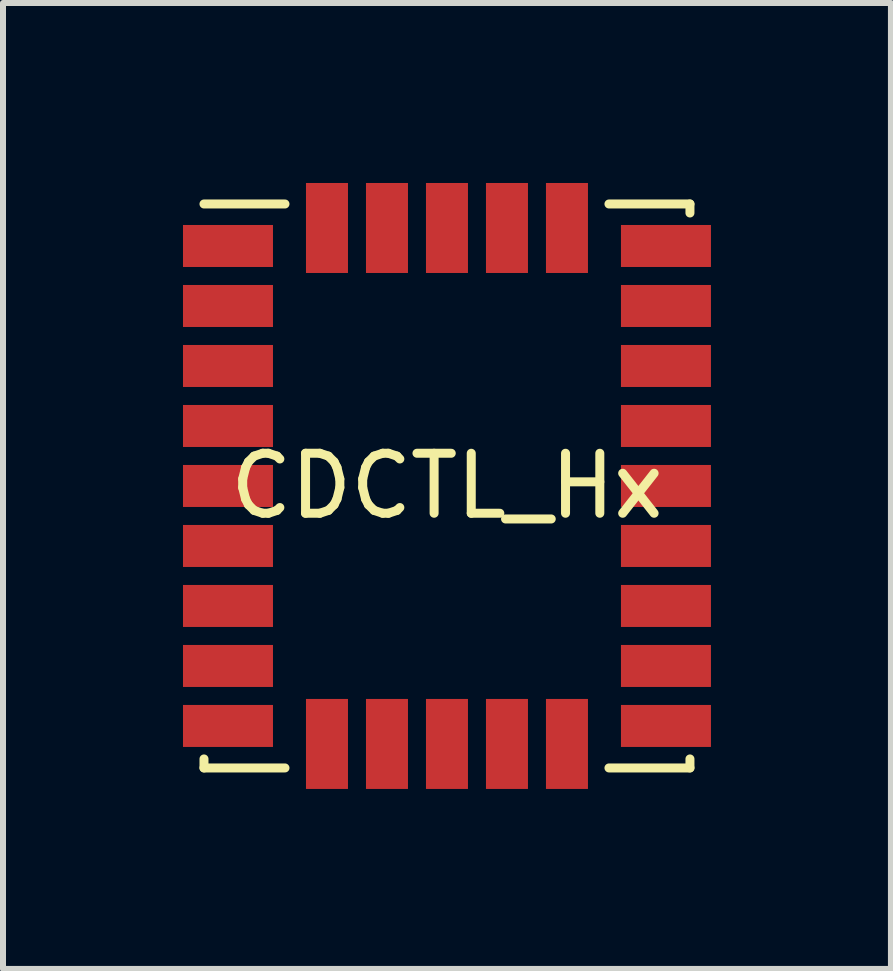
<source format=kicad_pcb>
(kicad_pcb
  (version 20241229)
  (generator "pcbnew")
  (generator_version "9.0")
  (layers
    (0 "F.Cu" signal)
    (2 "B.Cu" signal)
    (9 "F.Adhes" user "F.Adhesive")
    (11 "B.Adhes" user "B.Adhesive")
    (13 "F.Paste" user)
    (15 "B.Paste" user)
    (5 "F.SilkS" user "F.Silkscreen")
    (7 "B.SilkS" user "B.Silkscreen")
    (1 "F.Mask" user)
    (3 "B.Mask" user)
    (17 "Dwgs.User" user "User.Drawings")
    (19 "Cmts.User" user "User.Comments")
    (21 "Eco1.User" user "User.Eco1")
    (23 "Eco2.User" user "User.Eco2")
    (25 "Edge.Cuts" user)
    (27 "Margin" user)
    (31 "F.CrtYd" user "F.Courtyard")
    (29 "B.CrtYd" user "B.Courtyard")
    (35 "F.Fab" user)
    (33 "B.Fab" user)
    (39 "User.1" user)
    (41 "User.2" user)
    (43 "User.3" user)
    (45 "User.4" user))
  (footprint "CDCTL_Hx"
    (layer "F.Cu")
    (at 4.4 5.05)
    (property "Reference" "CDCTL_Hx" (at 0 0 0) (layer "F.SilkS") (effects (font (size 1 1) (thickness 0.15))))
    (attr through_hole)
    (fp_line (start -4.05 4.7) (end -4.05 4.55) (stroke (width 0.15) (type solid)) (layer "F.SilkS"))
    (fp_line (start -2.7 -4.7) (end -4.05 -4.7) (stroke (width 0.15) (type solid)) (layer "F.SilkS"))
    (fp_line (start -2.7 4.7) (end -4.05 4.7) (stroke (width 0.15) (type solid)) (layer "F.SilkS"))
    (fp_line (start 2.7 -4.7) (end 4.05 -4.7) (stroke (width 0.15) (type solid)) (layer "F.SilkS"))
    (fp_line (start 2.7 4.7) (end 4.05 4.7) (stroke (width 0.15) (type solid)) (layer "F.SilkS"))
    (fp_line (start 4.05 -4.7) (end 4.05 -4.55) (stroke (width 0.15) (type solid)) (layer "F.SilkS"))
    (fp_line (start 4.05 4.7) (end 4.05 4.55) (stroke (width 0.15) (type solid)) (layer "F.SilkS"))
    (pad "1" smd rect (at -3.65 -4) (size 1.5 0.7) (layers "F.Cu" "F.Mask" "F.Paste"))
    (pad "2" smd rect (at -3.65 -3) (size 1.5 0.7) (layers "F.Cu" "F.Mask" "F.Paste"))
    (pad "3" smd rect (at -3.65 -2) (size 1.5 0.7) (layers "F.Cu" "F.Mask" "F.Paste"))
    (pad "4" smd rect (at -3.65 -1) (size 1.5 0.7) (layers "F.Cu" "F.Mask" "F.Paste"))
    (pad "5" smd rect (at -3.65 0) (size 1.5 0.7) (layers "F.Cu" "F.Mask" "F.Paste"))
    (pad "6" smd rect (at -3.65 1) (size 1.5 0.7) (layers "F.Cu" "F.Mask" "F.Paste"))
    (pad "7" smd rect (at -3.65 2) (size 1.5 0.7) (layers "F.Cu" "F.Mask" "F.Paste"))
    (pad "8" smd rect (at -3.65 3) (size 1.5 0.7) (layers "F.Cu" "F.Mask" "F.Paste"))
    (pad "9" smd rect (at -3.65 4) (size 1.5 0.7) (layers "F.Cu" "F.Mask" "F.Paste"))
    (pad "10" smd rect (at -2 4.3 90) (size 1.5 0.7) (layers "F.Cu" "F.Mask" "F.Paste"))
    (pad "11" smd rect (at -1 4.3 90) (size 1.5 0.7) (layers "F.Cu" "F.Mask" "F.Paste"))
    (pad "12" smd rect (at 0 4.3 90) (size 1.5 0.7) (layers "F.Cu" "F.Mask" "F.Paste"))
    (pad "13" smd rect (at 1 4.3 90) (size 1.5 0.7) (layers "F.Cu" "F.Mask" "F.Paste"))
    (pad "14" smd rect (at 2 4.3 90) (size 1.5 0.7) (layers "F.Cu" "F.Mask" "F.Paste"))
    (pad "15" smd rect (at 3.65 4 180) (size 1.5 0.7) (layers "F.Cu" "F.Mask" "F.Paste"))
    (pad "16" smd rect (at 3.65 3 180) (size 1.5 0.7) (layers "F.Cu" "F.Mask" "F.Paste"))
    (pad "17" smd rect (at 3.65 2 180) (size 1.5 0.7) (layers "F.Cu" "F.Mask" "F.Paste"))
    (pad "18" smd rect (at 3.65 1 180) (size 1.5 0.7) (layers "F.Cu" "F.Mask" "F.Paste"))
    (pad "19" smd rect (at 3.65 0 180) (size 1.5 0.7) (layers "F.Cu" "F.Mask" "F.Paste"))
    (pad "20" smd rect (at 3.65 -1 180) (size 1.5 0.7) (layers "F.Cu" "F.Mask" "F.Paste"))
    (pad "21" smd rect (at 3.65 -2 180) (size 1.5 0.7) (layers "F.Cu" "F.Mask" "F.Paste"))
    (pad "22" smd rect (at 3.65 -3 180) (size 1.5 0.7) (layers "F.Cu" "F.Mask" "F.Paste"))
    (pad "23" smd rect (at 3.65 -4 180) (size 1.5 0.7) (layers "F.Cu" "F.Mask" "F.Paste"))
    (pad "24" smd rect (at 2 -4.3 270) (size 1.5 0.7) (layers "F.Cu" "F.Mask" "F.Paste"))
    (pad "25" smd rect (at 1 -4.3 270) (size 1.5 0.7) (layers "F.Cu" "F.Mask" "F.Paste"))
    (pad "26" smd rect (at 0 -4.3 270) (size 1.5 0.7) (layers "F.Cu" "F.Mask" "F.Paste"))
    (pad "27" smd rect (at -1 -4.3 270) (size 1.5 0.7) (layers "F.Cu" "F.Mask" "F.Paste"))
    (pad "28" smd rect (at -2 -4.3 270) (size 1.5 0.7) (layers "F.Cu" "F.Mask" "F.Paste")))
  (gr_rect
    (start -3 -3)
    (end 11.8 13.1)
    (stroke (width 0.1) (type default))
    (fill no)
    (layer "Edge.Cuts")))
</source>
